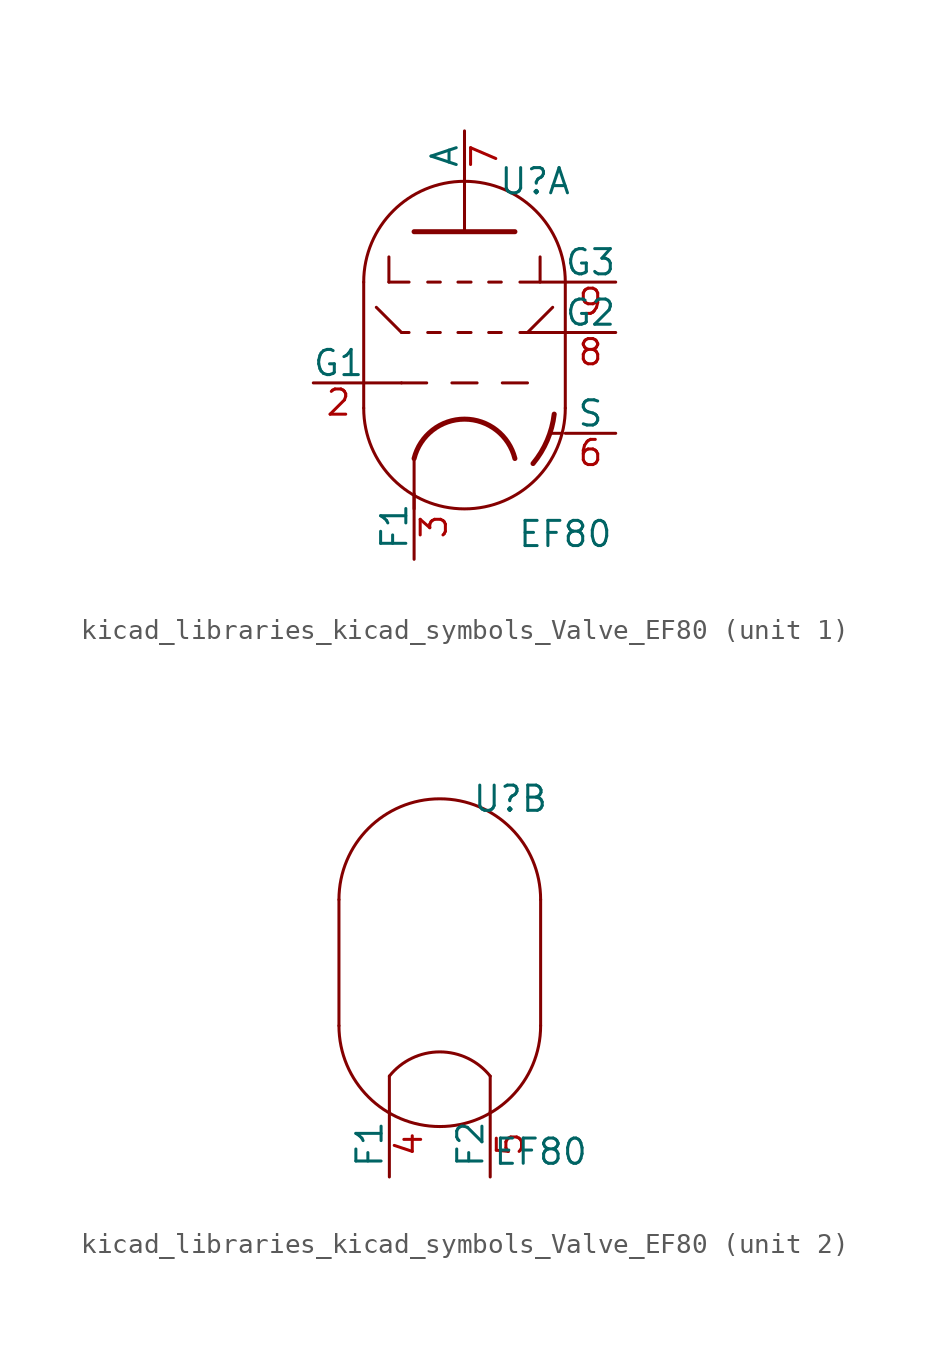
<source format=kicad_sym>
(kicad_symbol_lib
  (version 20220914)
  (generator kicad_symbol_editor)
  (symbol "kicad_libraries_kicad_symbols_Valve_EF80"
    (pin_names
      (offset 0))
    (property "Reference" "U"
      (at 3.556 8.89 0)
      (effects (font (size 1.27 1.27))))
    (property "Value" "EF80"
      (at 5.08 -8.89 0)
      (effects (font (size 1.27 1.27))))
    (property "ki_locked" ""
      (at 0 0 0)
      (effects (font (size 1.27 1.27))))
    (symbol "kicad_libraries_kicad_symbols_Valve_EF80_0_1"
      (arc (start -5.08 -2.54) (mid 0 -7.5979) (end 5.08 -2.54) (stroke (width 0) (type default)) (fill (type none)))
      (polyline (pts (xy -5.08 3.81) (xy -5.08 -2.54) (xy -5.08 -2.54)) (stroke (width 0) (type default)) (fill (type none)))
      (polyline (pts (xy 5.08 -2.54) (xy 5.08 3.81) (xy 5.08 3.81)) (stroke (width 0) (type default)) (fill (type none)))
      (arc (start 5.08 3.81) (mid 0 8.8679) (end -5.08 3.81) (stroke (width 0) (type default)) (fill (type none))))
    (symbol "kicad_libraries_kicad_symbols_Valve_EF80_1_0"
      (polyline (pts (xy -5.08 -1.27) (xy -3.175 -1.27)) (stroke (width 0) (type default)) (fill (type none)))
      (polyline (pts (xy -2.54 -5.08) (xy -2.54 -7.62)) (stroke (width 0) (type default)) (fill (type none)))
      (polyline (pts (xy -0.635 -1.27) (xy 0.635 -1.27)) (stroke (width 0.152) (type default)) (fill (type none)))
      (polyline (pts (xy 0 6.35) (xy 0 8.89)) (stroke (width 0) (type default)) (fill (type none)))
      (polyline (pts (xy 1.905 -1.27) (xy 3.175 -1.27)) (stroke (width 0.152) (type default)) (fill (type none)))
      (polyline (pts (xy 3.175 1.27) (xy 5.08 1.27)) (stroke (width 0) (type default)) (fill (type none)))
      (polyline (pts (xy 3.886 3.81) (xy 5.08 3.81)) (stroke (width 0) (type default)) (fill (type none)))
      (polyline (pts (xy 4.318 -3.785) (xy 4.343 -3.81)) (stroke (width 0) (type default)) (fill (type none)))
      (polyline (pts (xy 4.928 -3.81) (xy 4.343 -3.81)) (stroke (width 0) (type default)) (fill (type none))))
    (symbol "kicad_libraries_kicad_symbols_Valve_EF80_1_1"
      (polyline (pts (xy -4.445 2.54) (xy -3.175 1.27)) (stroke (width 0.152) (type default)) (fill (type none)))
      (polyline (pts (xy -3.81 3.81) (xy -2.794 3.81)) (stroke (width 0.152) (type default)) (fill (type none)))
      (polyline (pts (xy -3.81 5.08) (xy -3.81 3.81)) (stroke (width 0.152) (type default)) (fill (type none)))
      (polyline (pts (xy -3.175 1.27) (xy -2.794 1.27)) (stroke (width 0.152) (type default)) (fill (type none)))
      (polyline (pts (xy -1.905 -1.27) (xy -3.175 -1.27)) (stroke (width 0.152) (type default)) (fill (type none)))
      (polyline (pts (xy -1.854 1.27) (xy -1.219 1.27)) (stroke (width 0.152) (type default)) (fill (type none)))
      (polyline (pts (xy -1.854 3.81) (xy -1.219 3.81)) (stroke (width 0.152) (type default)) (fill (type none)))
      (polyline (pts (xy -0.33 1.27) (xy 0.33 1.27)) (stroke (width 0.152) (type default)) (fill (type none)))
      (polyline (pts (xy -0.33 3.81) (xy 0.33 3.81)) (stroke (width 0.152) (type default)) (fill (type none)))
      (polyline (pts (xy 1.219 1.27) (xy 1.854 1.27)) (stroke (width 0.152) (type default)) (fill (type none)))
      (polyline (pts (xy 1.219 3.81) (xy 1.854 3.81)) (stroke (width 0.152) (type default)) (fill (type none)))
      (polyline (pts (xy 2.794 1.27) (xy 3.175 1.27)) (stroke (width 0.152) (type default)) (fill (type none)))
      (polyline (pts (xy 3.81 3.81) (xy 2.794 3.81)) (stroke (width 0.152) (type default)) (fill (type none)))
      (polyline (pts (xy 3.81 5.08) (xy 3.81 3.81)) (stroke (width 0.152) (type default)) (fill (type none)))
      (polyline (pts (xy 4.445 2.54) (xy 3.175 1.27)) (stroke (width 0.152) (type default)) (fill (type none)))
      (polyline (pts (xy -2.54 6.35) (xy 2.54 6.35) (xy 2.54 6.35)) (stroke (width 0.254) (type default)) (fill (type none)))
      (arc (start 2.54 -5.08) (mid 0 -3.0968) (end -2.54 -5.08) (stroke (width 0.254) (type default)) (fill (type none)))
      (arc (start 3.4544 -5.334) (mid 4.168 -4.168) (end 4.5212 -2.8448) (stroke (width 0.254) (type default)) (fill (type none)))
      (pin input line (at -7.62 -1.27 0) (length 2.54) (name "G1" (effects (font (size 1.27 1.27)))) (number "2" (effects (font (size 1.27 1.27)))))
      (pin power_in line (at -2.54 -10.16 90) (length 3.302) (name "F1" (effects (font (size 1.27 1.27)))) (number "3" (effects (font (size 1.27 1.27)))))
      (pin input line (at 7.62 -3.81 180) (length 2.54) (name "S" (effects (font (size 1.27 1.27)))) (number "6" (effects (font (size 1.27 1.27)))))
      (pin output line (at 0 11.43 270) (length 2.54) (name "A" (effects (font (size 1.27 1.27)))) (number "7" (effects (font (size 1.27 1.27)))))
      (pin input line (at 7.62 1.27 180) (length 2.54) (name "G2" (effects (font (size 1.27 1.27)))) (number "8" (effects (font (size 1.27 1.27)))))
      (pin input line (at 7.62 3.81 180) (length 2.54) (name "G3" (effects (font (size 1.27 1.27)))) (number "9" (effects (font (size 1.27 1.27))))))
    (symbol "kicad_libraries_kicad_symbols_Valve_EF80_2_1"
      (polyline (pts (xy -2.54 -6.858) (xy -2.54 -5.08) (xy -2.54 -5.08)) (stroke (width 0) (type default)) (fill (type none)))
      (polyline (pts (xy 2.54 -6.858) (xy 2.54 -5.08) (xy 2.54 -5.08)) (stroke (width 0) (type default)) (fill (type none)))
      (arc (start 2.54 -5.08) (mid 0 -3.8592) (end -2.54 -5.08) (stroke (width 0) (type default)) (fill (type none)))
      (pin power_in line (at -2.54 -10.16 90) (length 3.302) (name "F1" (effects (font (size 1.27 1.27)))) (number "4" (effects (font (size 1.27 1.27)))))
      (pin power_in line (at 2.54 -10.16 90) (length 3.302) (name "F2" (effects (font (size 1.27 1.27)))) (number "5" (effects (font (size 1.27 1.27))))))))
</source>
